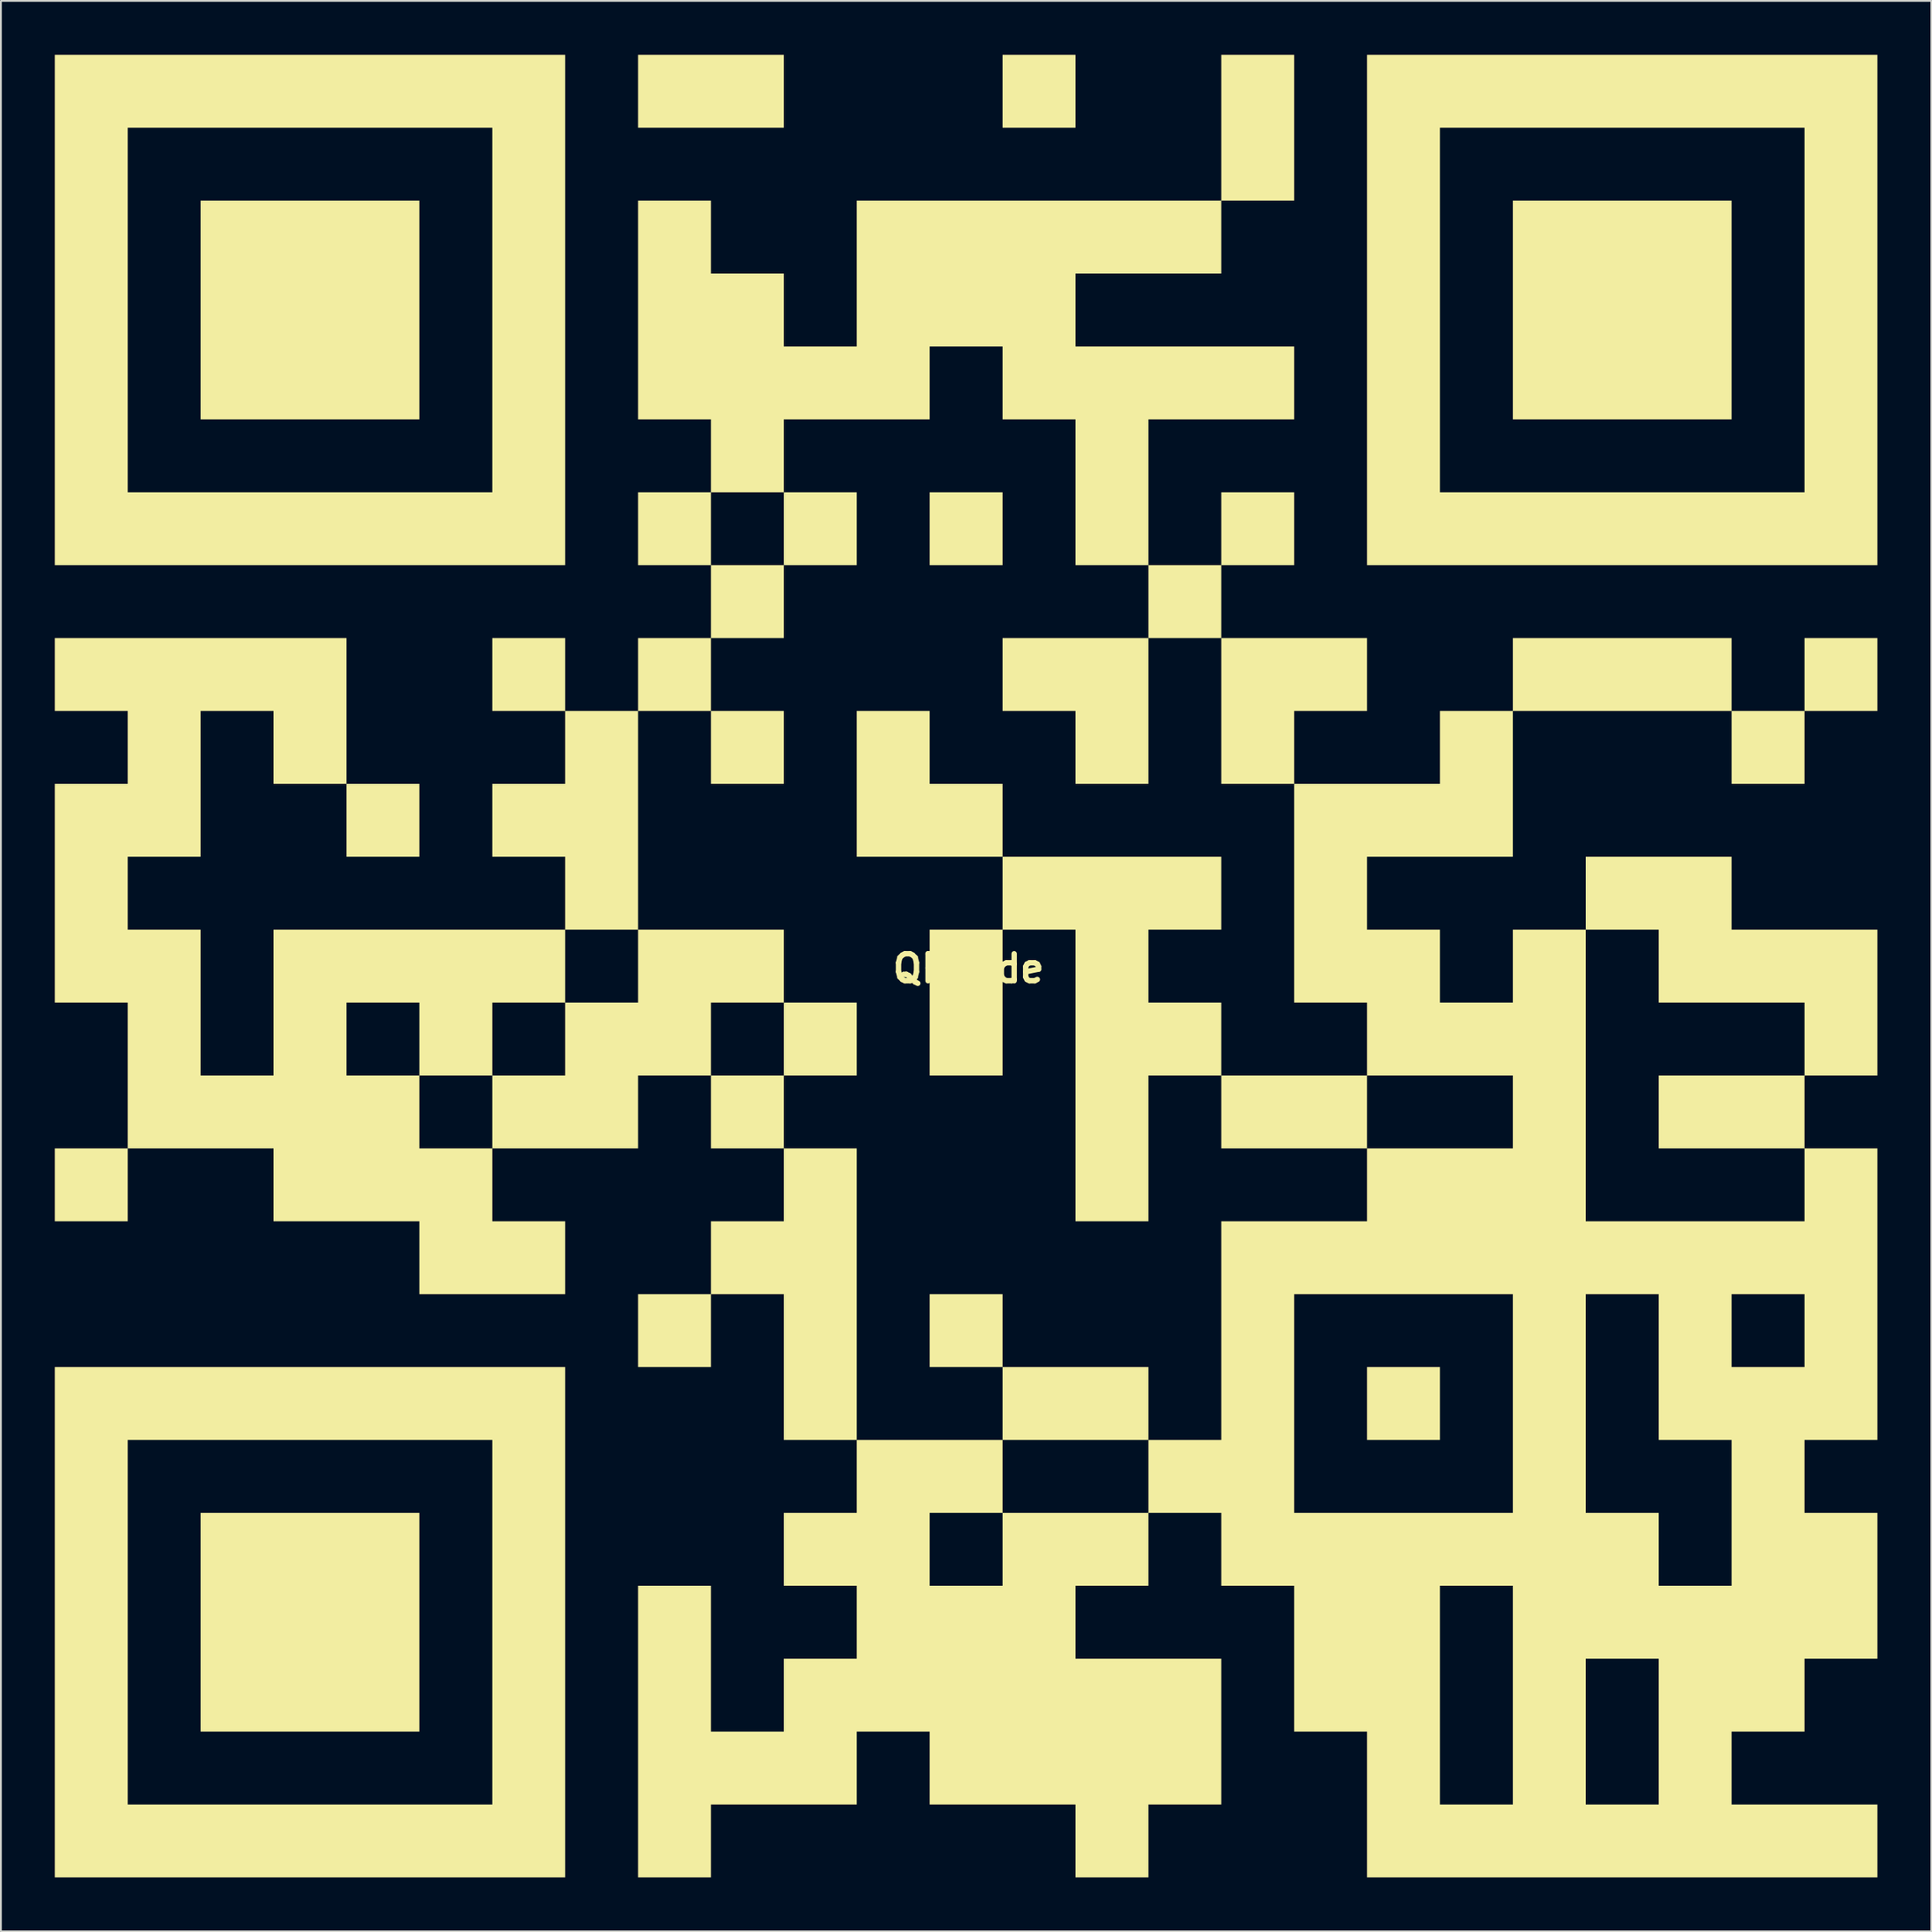
<source format=kicad_pcb>
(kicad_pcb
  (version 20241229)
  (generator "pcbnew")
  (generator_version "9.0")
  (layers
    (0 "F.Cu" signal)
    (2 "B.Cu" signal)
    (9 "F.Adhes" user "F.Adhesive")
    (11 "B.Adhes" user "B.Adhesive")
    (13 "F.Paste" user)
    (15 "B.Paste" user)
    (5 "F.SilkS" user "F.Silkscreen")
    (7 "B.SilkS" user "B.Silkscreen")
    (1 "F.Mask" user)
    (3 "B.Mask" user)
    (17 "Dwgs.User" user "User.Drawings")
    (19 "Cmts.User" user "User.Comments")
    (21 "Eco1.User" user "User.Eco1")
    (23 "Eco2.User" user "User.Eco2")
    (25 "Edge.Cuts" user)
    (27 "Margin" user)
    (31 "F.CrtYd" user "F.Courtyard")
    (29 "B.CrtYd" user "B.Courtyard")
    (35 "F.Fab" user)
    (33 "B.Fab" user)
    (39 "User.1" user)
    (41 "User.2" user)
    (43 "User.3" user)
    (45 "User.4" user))
  (footprint "QRcode"
    (layer "F.Cu")
    (at 50.8 50.8)
    (property "Reference" "QRcode" (at 0 0 0) (layer "F.SilkS") (effects (font (size 1.5 1.5) (thickness 0.3))))
    (attr board_only exclude_from_pos_files exclude_from_bom)
    (fp_poly (pts (xy -30.534 -36.614) (xy -30.534 -30.534) (xy -36.614 -30.534) (xy -42.694 -30.534) (xy -42.694 -36.614) (xy -42.694 -42.694) (xy -36.614 -42.694) (xy -30.534 -42.694)) (stroke (width 0) (type solid)) (fill yes) (layer "F.SilkS"))
    (fp_poly (pts (xy -30.534 -8.241) (xy -30.534 -6.215) (xy -32.561 -6.215) (xy -34.587 -6.215) (xy -34.587 -8.241) (xy -34.587 -10.268) (xy -32.561 -10.268) (xy -30.534 -10.268)) (stroke (width 0) (type solid)) (fill yes) (layer "F.SilkS"))
    (fp_poly (pts (xy -30.534 36.344) (xy -30.534 42.423) (xy -36.614 42.423) (xy -42.694 42.423) (xy -42.694 36.344) (xy -42.694 30.264) (xy -36.614 30.264) (xy -30.534 30.264)) (stroke (width 0) (type solid)) (fill yes) (layer "F.SilkS"))
    (fp_poly (pts (xy -10.268 -48.773) (xy -10.268 -46.747) (xy -14.321 -46.747) (xy -18.374 -46.747) (xy -18.374 -48.773) (xy -18.374 -50.8) (xy -14.321 -50.8) (xy -10.268 -50.8)) (stroke (width 0) (type solid)) (fill yes) (layer "F.SilkS"))
    (fp_poly (pts (xy -10.268 -12.295) (xy -10.268 -10.268) (xy -12.295 -10.268) (xy -14.321 -10.268) (xy -14.321 -12.295) (xy -14.321 -14.321) (xy -12.295 -14.321) (xy -10.268 -14.321)) (stroke (width 0) (type solid)) (fill yes) (layer "F.SilkS"))
    (fp_poly (pts (xy -10.268 7.971) (xy -10.268 9.998) (xy -12.295 9.998) (xy -14.321 9.998) (xy -14.321 7.971) (xy -14.321 5.945) (xy -12.295 5.945) (xy -10.268 5.945)) (stroke (width 0) (type solid)) (fill yes) (layer "F.SilkS"))
    (fp_poly (pts (xy -6.215 -24.454) (xy -6.215 -22.428) (xy -8.241 -22.428) (xy -10.268 -22.428) (xy -10.268 -24.454) (xy -10.268 -26.481) (xy -8.241 -26.481) (xy -6.215 -26.481)) (stroke (width 0) (type solid)) (fill yes) (layer "F.SilkS"))
    (fp_poly (pts (xy -6.215 3.918) (xy -6.215 5.945) (xy -8.241 5.945) (xy -10.268 5.945) (xy -10.268 3.918) (xy -10.268 1.891) (xy -8.241 1.891) (xy -6.215 1.891)) (stroke (width 0) (type solid)) (fill yes) (layer "F.SilkS"))
    (fp_poly (pts (xy 1.891 -24.454) (xy 1.891 -22.428) (xy -0.135 -22.428) (xy -2.162 -22.428) (xy -2.162 -24.454) (xy -2.162 -26.481) (xy -0.135 -26.481) (xy 1.891 -26.481)) (stroke (width 0) (type solid)) (fill yes) (layer "F.SilkS"))
    (fp_poly (pts (xy 1.891 20.131) (xy 1.891 22.157) (xy -0.135 22.157) (xy -2.162 22.157) (xy -2.162 20.131) (xy -2.162 18.104) (xy -0.135 18.104) (xy 1.891 18.104)) (stroke (width 0) (type solid)) (fill yes) (layer "F.SilkS"))
    (fp_poly (pts (xy 5.945 -48.773) (xy 5.945 -46.747) (xy 3.918 -46.747) (xy 1.891 -46.747) (xy 1.891 -48.773) (xy 1.891 -50.8) (xy 3.918 -50.8) (xy 5.945 -50.8)) (stroke (width 0) (type solid)) (fill yes) (layer "F.SilkS"))
    (fp_poly (pts (xy 9.998 24.184) (xy 9.998 26.211) (xy 5.945 26.211) (xy 1.891 26.211) (xy 1.891 24.184) (xy 1.891 22.157) (xy 5.945 22.157) (xy 9.998 22.157)) (stroke (width 0) (type solid)) (fill yes) (layer "F.SilkS"))
    (fp_poly (pts (xy 22.157 7.971) (xy 22.157 9.998) (xy 18.104 9.998) (xy 14.051 9.998) (xy 14.051 7.971) (xy 14.051 5.945) (xy 18.104 5.945) (xy 22.157 5.945)) (stroke (width 0) (type solid)) (fill yes) (layer "F.SilkS"))
    (fp_poly (pts (xy 26.211 24.184) (xy 26.211 26.211) (xy 24.184 26.211) (xy 22.157 26.211) (xy 22.157 24.184) (xy 22.157 22.157) (xy 24.184 22.157) (xy 26.211 22.157)) (stroke (width 0) (type solid)) (fill yes) (layer "F.SilkS"))
    (fp_poly (pts (xy 42.423 -36.614) (xy 42.423 -30.534) (xy 36.344 -30.534) (xy 30.264 -30.534) (xy 30.264 -36.614) (xy 30.264 -42.694) (xy 36.344 -42.694) (xy 42.423 -42.694)) (stroke (width 0) (type solid)) (fill yes) (layer "F.SilkS"))
    (fp_poly (pts (xy -2.162 -12.295) (xy -2.162 -10.268) (xy -0.135 -10.268) (xy 1.891 -10.268) (xy 1.891 -8.241) (xy 1.891 -6.215) (xy -2.162 -6.215) (xy -6.215 -6.215) (xy -6.215 -10.268) (xy -6.215 -14.321) (xy -4.188 -14.321) (xy -2.162 -14.321)) (stroke (width 0) (type solid)) (fill yes) (layer "F.SilkS"))
    (fp_poly (pts (xy 9.998 -14.321) (xy 9.998 -10.268) (xy 7.971 -10.268) (xy 5.945 -10.268) (xy 5.945 -12.295) (xy 5.945 -14.321) (xy 3.918 -14.321) (xy 1.891 -14.321) (xy 1.891 -16.348) (xy 1.891 -18.374) (xy 5.945 -18.374) (xy 9.998 -18.374)) (stroke (width 0) (type solid)) (fill yes) (layer "F.SilkS"))
    (fp_poly (pts (xy -22.428 -36.614) (xy -22.428 -22.428) (xy -36.614 -22.428) (xy -50.8 -22.428) (xy -50.8 -36.614) (xy -50.8 -46.747) (xy -46.747 -46.747) (xy -46.747 -36.614) (xy -46.747 -26.481) (xy -36.614 -26.481) (xy -26.481 -26.481) (xy -26.481 -36.614) (xy -26.481 -46.747) (xy -36.614 -46.747) (xy -46.747 -46.747) (xy -50.8 -46.747) (xy -50.8 -50.8) (xy -36.614 -50.8) (xy -22.428 -50.8)) (stroke (width 0) (type solid)) (fill yes) (layer "F.SilkS"))
    (fp_poly (pts (xy -22.428 36.344) (xy -22.428 50.53) (xy -36.614 50.53) (xy -50.8 50.53) (xy -50.8 36.344) (xy -50.8 26.211) (xy -46.747 26.211) (xy -46.747 36.344) (xy -46.747 46.477) (xy -36.614 46.477) (xy -26.481 46.477) (xy -26.481 36.344) (xy -26.481 26.211) (xy -36.614 26.211) (xy -46.747 26.211) (xy -50.8 26.211) (xy -50.8 22.157) (xy -36.614 22.157) (xy -22.428 22.157)) (stroke (width 0) (type solid)) (fill yes) (layer "F.SilkS"))
    (fp_poly (pts (xy 50.53 -36.614) (xy 50.53 -22.428) (xy 36.344 -22.428) (xy 22.157 -22.428) (xy 22.157 -36.614) (xy 22.157 -46.747) (xy 26.211 -46.747) (xy 26.211 -36.614) (xy 26.211 -26.481) (xy 36.344 -26.481) (xy 46.477 -26.481) (xy 46.477 -36.614) (xy 46.477 -46.747) (xy 36.344 -46.747) (xy 26.211 -46.747) (xy 22.157 -46.747) (xy 22.157 -50.8) (xy 36.344 -50.8) (xy 50.53 -50.8)) (stroke (width 0) (type solid)) (fill yes) (layer "F.SilkS"))
    (fp_poly (pts (xy -6.215 18.104) (xy -6.215 26.211) (xy -8.241 26.211) (xy -10.268 26.211) (xy -10.268 22.157) (xy -10.268 18.104) (xy -12.295 18.104) (xy -14.321 18.104) (xy -14.321 20.131) (xy -14.321 22.157) (xy -16.348 22.157) (xy -18.374 22.157) (xy -18.374 20.131) (xy -18.374 18.104) (xy -16.348 18.104) (xy -14.321 18.104) (xy -14.321 16.078) (xy -14.321 14.051) (xy -12.295 14.051) (xy -10.268 14.051) (xy -10.268 12.024) (xy -10.268 9.998) (xy -8.241 9.998) (xy -6.215 9.998)) (stroke (width 0) (type solid)) (fill yes) (layer "F.SilkS"))
    (fp_poly (pts (xy 14.051 -4.188) (xy 14.051 -2.162) (xy 12.024 -2.162) (xy 9.998 -2.162) (xy 9.998 -0.135) (xy 9.998 1.891) (xy 12.024 1.891) (xy 14.051 1.891) (xy 14.051 3.918) (xy 14.051 5.945) (xy 12.024 5.945) (xy 9.998 5.945) (xy 9.998 9.998) (xy 9.998 14.051) (xy 7.971 14.051) (xy 5.945 14.051) (xy 5.945 5.945) (xy 5.945 -2.162) (xy 3.918 -2.162) (xy 1.891 -2.162) (xy 1.891 1.891) (xy 1.891 5.945) (xy -0.135 5.945) (xy -2.162 5.945) (xy -2.162 1.891) (xy -2.162 -2.162) (xy -0.135 -2.162) (xy 1.891 -2.162) (xy 1.891 -4.188) (xy 1.891 -6.215) (xy 7.971 -6.215) (xy 14.051 -6.215)) (stroke (width 0) (type solid)) (fill yes) (layer "F.SilkS"))
    (fp_poly (pts (xy 18.104 -46.747) (xy 18.104 -42.694) (xy 16.078 -42.694) (xy 14.051 -42.694) (xy 14.051 -40.667) (xy 14.051 -38.64) (xy 9.998 -38.64) (xy 5.945 -38.64) (xy 5.945 -36.614) (xy 5.945 -34.587) (xy 12.024 -34.587) (xy 18.104 -34.587) (xy 18.104 -32.561) (xy 18.104 -30.534) (xy 14.051 -30.534) (xy 9.998 -30.534) (xy 9.998 -26.481) (xy 9.998 -22.428) (xy 12.024 -22.428) (xy 14.051 -22.428) (xy 14.051 -24.454) (xy 14.051 -26.481) (xy 16.078 -26.481) (xy 18.104 -26.481) (xy 18.104 -24.454) (xy 18.104 -22.428) (xy 16.078 -22.428) (xy 14.051 -22.428) (xy 14.051 -20.401) (xy 14.051 -18.374) (xy 12.024 -18.374) (xy 9.998 -18.374) (xy 9.998 -20.401) (xy 9.998 -22.428) (xy 7.971 -22.428) (xy 5.945 -22.428) (xy 5.945 -26.481) (xy 5.945 -30.534) (xy 3.918 -30.534) (xy 1.891 -30.534) (xy 1.891 -32.561) (xy 1.891 -34.587) (xy -0.135 -34.587) (xy -2.162 -34.587) (xy -2.162 -32.561) (xy -2.162 -30.534) (xy -6.215 -30.534) (xy -10.268 -30.534) (xy -10.268 -28.507) (xy -10.268 -26.481) (xy -12.295 -26.481) (xy -14.321 -26.481) (xy -14.321 -24.454) (xy -14.321 -22.428) (xy -16.348 -22.428) (xy -18.374 -22.428) (xy -18.374 -24.454) (xy -18.374 -26.481) (xy -16.348 -26.481) (xy -14.321 -26.481) (xy -14.321 -28.507) (xy -14.321 -30.534) (xy -16.348 -30.534) (xy -18.374 -30.534) (xy -18.374 -36.614) (xy -18.374 -42.694) (xy -16.348 -42.694) (xy -14.321 -42.694) (xy -14.321 -40.667) (xy -14.321 -38.64) (xy -12.295 -38.64) (xy -10.268 -38.64) (xy -10.268 -36.614) (xy -10.268 -34.587) (xy -8.241 -34.587) (xy -6.215 -34.587) (xy -6.215 -38.64) (xy -6.215 -42.694) (xy 3.918 -42.694) (xy 14.051 -42.694) (xy 14.051 -46.747) (xy 14.051 -50.8) (xy 16.078 -50.8) (xy 18.104 -50.8)) (stroke (width 0) (type solid)) (fill yes) (layer "F.SilkS"))
    (fp_poly (pts (xy -10.268 -20.401) (xy -10.268 -18.374) (xy -12.295 -18.374) (xy -14.321 -18.374) (xy -14.321 -16.348) (xy -14.321 -14.321) (xy -16.348 -14.321) (xy -18.374 -14.321) (xy -18.374 -8.241) (xy -18.374 -2.162) (xy -20.401 -2.162) (xy -22.428 -2.162) (xy -22.428 -0.135) (xy -22.428 1.891) (xy -24.454 1.891) (xy -26.481 1.891) (xy -26.481 3.918) (xy -26.481 5.945) (xy -28.507 5.945) (xy -30.534 5.945) (xy -30.534 3.918) (xy -30.534 1.891) (xy -32.561 1.891) (xy -34.587 1.891) (xy -34.587 3.918) (xy -34.587 5.945) (xy -32.561 5.945) (xy -30.534 5.945) (xy -30.534 7.971) (xy -30.534 9.998) (xy -28.507 9.998) (xy -26.481 9.998) (xy -26.481 7.971) (xy -26.481 5.945) (xy -24.454 5.945) (xy -22.428 5.945) (xy -22.428 3.918) (xy -22.428 1.891) (xy -20.401 1.891) (xy -18.374 1.891) (xy -18.374 -0.135) (xy -18.374 -2.162) (xy -14.321 -2.162) (xy -10.268 -2.162) (xy -10.268 -0.135) (xy -10.268 1.891) (xy -12.295 1.891) (xy -14.321 1.891) (xy -14.321 3.918) (xy -14.321 5.945) (xy -16.348 5.945) (xy -18.374 5.945) (xy -18.374 7.971) (xy -18.374 9.998) (xy -22.428 9.998) (xy -26.481 9.998) (xy -26.481 12.024) (xy -26.481 14.051) (xy -24.454 14.051) (xy -22.428 14.051) (xy -22.428 16.078) (xy -22.428 18.104) (xy -26.481 18.104) (xy -30.534 18.104) (xy -30.534 16.078) (xy -30.534 14.051) (xy -34.587 14.051) (xy -38.64 14.051) (xy -38.64 12.024) (xy -38.64 9.998) (xy -42.694 9.998) (xy -46.747 9.998) (xy -46.747 12.024) (xy -46.747 14.051) (xy -48.773 14.051) (xy -50.8 14.051) (xy -50.8 12.024) (xy -50.8 9.998) (xy -48.773 9.998) (xy -46.747 9.998) (xy -46.747 5.945) (xy -46.747 1.891) (xy -48.773 1.891) (xy -50.8 1.891) (xy -50.8 -4.188) (xy -50.8 -10.268) (xy -48.773 -10.268) (xy -46.747 -10.268) (xy -46.747 -12.295) (xy -46.747 -14.321) (xy -48.773 -14.321) (xy -50.8 -14.321) (xy -50.8 -16.348) (xy -50.8 -18.374) (xy -42.694 -18.374) (xy -34.587 -18.374) (xy -34.587 -14.321) (xy -34.587 -10.268) (xy -36.614 -10.268) (xy -38.64 -10.268) (xy -38.64 -12.295) (xy -38.64 -14.321) (xy -40.667 -14.321) (xy -42.694 -14.321) (xy -42.694 -10.268) (xy -42.694 -6.215) (xy -44.72 -6.215) (xy -46.747 -6.215) (xy -46.747 -4.188) (xy -46.747 -2.162) (xy -44.72 -2.162) (xy -42.694 -2.162) (xy -42.694 1.891) (xy -42.694 5.945) (xy -40.667 5.945) (xy -38.64 5.945) (xy -38.64 1.891) (xy -38.64 -2.162) (xy -30.534 -2.162) (xy -22.428 -2.162) (xy -22.428 -4.188) (xy -22.428 -6.215) (xy -24.454 -6.215) (xy -26.481 -6.215) (xy -26.481 -8.241) (xy -26.481 -10.268) (xy -24.454 -10.268) (xy -22.428 -10.268) (xy -22.428 -12.295) (xy -22.428 -14.321) (xy -24.454 -14.321) (xy -26.481 -14.321) (xy -26.481 -16.348) (xy -26.481 -18.374) (xy -24.454 -18.374) (xy -22.428 -18.374) (xy -22.428 -16.348) (xy -22.428 -14.321) (xy -20.401 -14.321) (xy -18.374 -14.321) (xy -18.374 -16.348) (xy -18.374 -18.374) (xy -16.348 -18.374) (xy -14.321 -18.374) (xy -14.321 -20.401) (xy -14.321 -22.428) (xy -12.295 -22.428) (xy -10.268 -22.428)) (stroke (width 0) (type solid)) (fill yes) (layer "F.SilkS"))
    (fp_poly (pts (xy 22.157 -16.348) (xy 22.157 -14.321) (xy 20.131 -14.321) (xy 18.104 -14.321) (xy 18.104 -12.295) (xy 18.104 -10.268) (xy 22.157 -10.268) (xy 26.211 -10.268) (xy 26.211 -12.295) (xy 26.211 -14.321) (xy 28.237 -14.321) (xy 30.264 -14.321) (xy 30.264 -16.348) (xy 30.264 -18.374) (xy 36.344 -18.374) (xy 42.423 -18.374) (xy 42.423 -16.348) (xy 42.423 -14.321) (xy 44.45 -14.321) (xy 46.477 -14.321) (xy 46.477 -16.348) (xy 46.477 -18.374) (xy 48.503 -18.374) (xy 50.53 -18.374) (xy 50.53 -16.348) (xy 50.53 -14.321) (xy 48.503 -14.321) (xy 46.477 -14.321) (xy 46.477 -12.295) (xy 46.477 -10.268) (xy 44.45 -10.268) (xy 42.423 -10.268) (xy 42.423 -12.295) (xy 42.423 -14.321) (xy 36.344 -14.321) (xy 30.264 -14.321) (xy 30.264 -10.268) (xy 30.264 -6.215) (xy 26.211 -6.215) (xy 22.157 -6.215) (xy 22.157 -4.188) (xy 22.157 -2.162) (xy 24.184 -2.162) (xy 26.211 -2.162) (xy 26.211 -0.135) (xy 26.211 1.891) (xy 28.237 1.891) (xy 30.264 1.891) (xy 30.264 -0.135) (xy 30.264 -2.162) (xy 32.29 -2.162) (xy 34.317 -2.162) (xy 34.317 -4.188) (xy 34.317 -6.215) (xy 38.37 -6.215) (xy 42.423 -6.215) (xy 42.423 -4.188) (xy 42.423 -2.162) (xy 46.477 -2.162) (xy 50.53 -2.162) (xy 50.53 1.891) (xy 50.53 5.945) (xy 48.503 5.945) (xy 46.477 5.945) (xy 46.477 7.971) (xy 46.477 9.998) (xy 42.423 9.998) (xy 38.37 9.998) (xy 38.37 7.971) (xy 38.37 5.945) (xy 42.423 5.945) (xy 46.477 5.945) (xy 46.477 3.918) (xy 46.477 1.891) (xy 42.423 1.891) (xy 38.37 1.891) (xy 38.37 -0.135) (xy 38.37 -2.162) (xy 36.344 -2.162) (xy 34.317 -2.162) (xy 34.317 5.945) (xy 34.317 14.051) (xy 40.397 14.051) (xy 46.477 14.051) (xy 46.477 12.024) (xy 46.477 9.998) (xy 48.503 9.998) (xy 50.53 9.998) (xy 50.53 18.104) (xy 50.53 26.211) (xy 48.503 26.211) (xy 46.477 26.211) (xy 46.477 28.237) (xy 46.477 30.264) (xy 48.503 30.264) (xy 50.53 30.264) (xy 50.53 34.317) (xy 50.53 38.37) (xy 48.503 38.37) (xy 46.477 38.37) (xy 46.477 40.397) (xy 46.477 42.423) (xy 44.45 42.423) (xy 42.423 42.423) (xy 42.423 44.45) (xy 42.423 46.477) (xy 46.477 46.477) (xy 50.53 46.477) (xy 50.53 48.503) (xy 50.53 50.53) (xy 36.344 50.53) (xy 22.157 50.53) (xy 22.157 46.477) (xy 22.157 42.423) (xy 20.131 42.423) (xy 18.104 42.423) (xy 18.104 38.37) (xy 18.104 34.317) (xy 26.211 34.317) (xy 26.211 40.397) (xy 26.211 46.477) (xy 28.237 46.477) (xy 30.264 46.477) (xy 30.264 40.397) (xy 30.264 38.37) (xy 34.317 38.37) (xy 34.317 42.423) (xy 34.317 46.477) (xy 36.344 46.477) (xy 38.37 46.477) (xy 38.37 42.423) (xy 38.37 38.37) (xy 36.344 38.37) (xy 34.317 38.37) (xy 30.264 38.37) (xy 30.264 34.317) (xy 28.237 34.317) (xy 26.211 34.317) (xy 18.104 34.317) (xy 16.078 34.317) (xy 14.051 34.317) (xy 14.051 32.29) (xy 14.051 30.264) (xy 12.024 30.264) (xy 9.998 30.264) (xy 9.998 32.29) (xy 9.998 34.317) (xy 7.971 34.317) (xy 5.945 34.317) (xy 5.945 36.344) (xy 5.945 38.37) (xy 9.998 38.37) (xy 14.051 38.37) (xy 14.051 42.423) (xy 14.051 46.477) (xy 12.024 46.477) (xy 9.998 46.477) (xy 9.998 48.503) (xy 9.998 50.53) (xy 7.971 50.53) (xy 5.945 50.53) (xy 5.945 48.503) (xy 5.945 46.477) (xy 1.891 46.477) (xy -2.162 46.477) (xy -2.162 44.45) (xy -2.162 42.423) (xy -4.188 42.423) (xy -6.215 42.423) (xy -6.215 44.45) (xy -6.215 46.477) (xy -10.268 46.477) (xy -14.321 46.477) (xy -14.321 48.503) (xy -14.321 50.53) (xy -16.348 50.53) (xy -18.374 50.53) (xy -18.374 42.423) (xy -18.374 34.317) (xy -16.348 34.317) (xy -14.321 34.317) (xy -14.321 38.37) (xy -14.321 42.423) (xy -12.295 42.423) (xy -10.268 42.423) (xy -10.268 40.397) (xy -10.268 38.37) (xy -8.241 38.37) (xy -6.215 38.37) (xy -6.215 36.344) (xy -6.215 34.317) (xy -8.241 34.317) (xy -10.268 34.317) (xy -10.268 32.29) (xy -10.268 30.264) (xy -8.241 30.264) (xy -6.215 30.264) (xy -6.215 28.237) (xy -6.215 26.211) (xy -2.162 26.211) (xy 1.891 26.211) (xy 1.891 28.237) (xy 1.891 30.264) (xy -0.135 30.264) (xy -2.162 30.264) (xy -2.162 32.29) (xy -2.162 34.317) (xy -0.135 34.317) (xy 1.891 34.317) (xy 1.891 32.29) (xy 1.891 30.264) (xy 5.945 30.264) (xy 9.998 30.264) (xy 9.998 28.237) (xy 9.998 26.211) (xy 12.024 26.211) (xy 14.051 26.211) (xy 14.051 20.131) (xy 14.051 18.104) (xy 18.104 18.104) (xy 18.104 24.184) (xy 18.104 30.264) (xy 24.184 30.264) (xy 30.264 30.264) (xy 30.264 24.184) (xy 30.264 18.104) (xy 34.317 18.104) (xy 34.317 24.184) (xy 34.317 30.264) (xy 36.344 30.264) (xy 38.37 30.264) (xy 38.37 32.29) (xy 38.37 34.317) (xy 40.397 34.317) (xy 42.423 34.317) (xy 42.423 30.264) (xy 42.423 26.211) (xy 40.397 26.211) (xy 38.37 26.211) (xy 38.37 22.157) (xy 38.37 18.104) (xy 42.423 18.104) (xy 42.423 20.131) (xy 42.423 22.157) (xy 44.45 22.157) (xy 46.477 22.157) (xy 46.477 20.131) (xy 46.477 18.104) (xy 44.45 18.104) (xy 42.423 18.104) (xy 38.37 18.104) (xy 36.344 18.104) (xy 34.317 18.104) (xy 30.264 18.104) (xy 24.184 18.104) (xy 18.104 18.104) (xy 14.051 18.104) (xy 14.051 14.051) (xy 18.104 14.051) (xy 22.157 14.051) (xy 22.157 12.024) (xy 22.157 9.998) (xy 26.211 9.998) (xy 30.264 9.998) (xy 30.264 7.971) (xy 30.264 5.945) (xy 26.211 5.945) (xy 22.157 5.945) (xy 22.157 3.918) (xy 22.157 1.891) (xy 20.131 1.891) (xy 18.104 1.891) (xy 18.104 -4.188) (xy 18.104 -10.268) (xy 16.078 -10.268) (xy 14.051 -10.268) (xy 14.051 -14.321) (xy 14.051 -18.374) (xy 18.104 -18.374) (xy 22.157 -18.374)) (stroke (width 0) (type solid)) (fill yes) (layer "F.SilkS")))
  (gr_rect
    (start -3 -3)
    (end 104.33 104.33)
    (stroke (width 0.1) (type default))
    (fill no)
    (layer "Edge.Cuts")))
</source>
